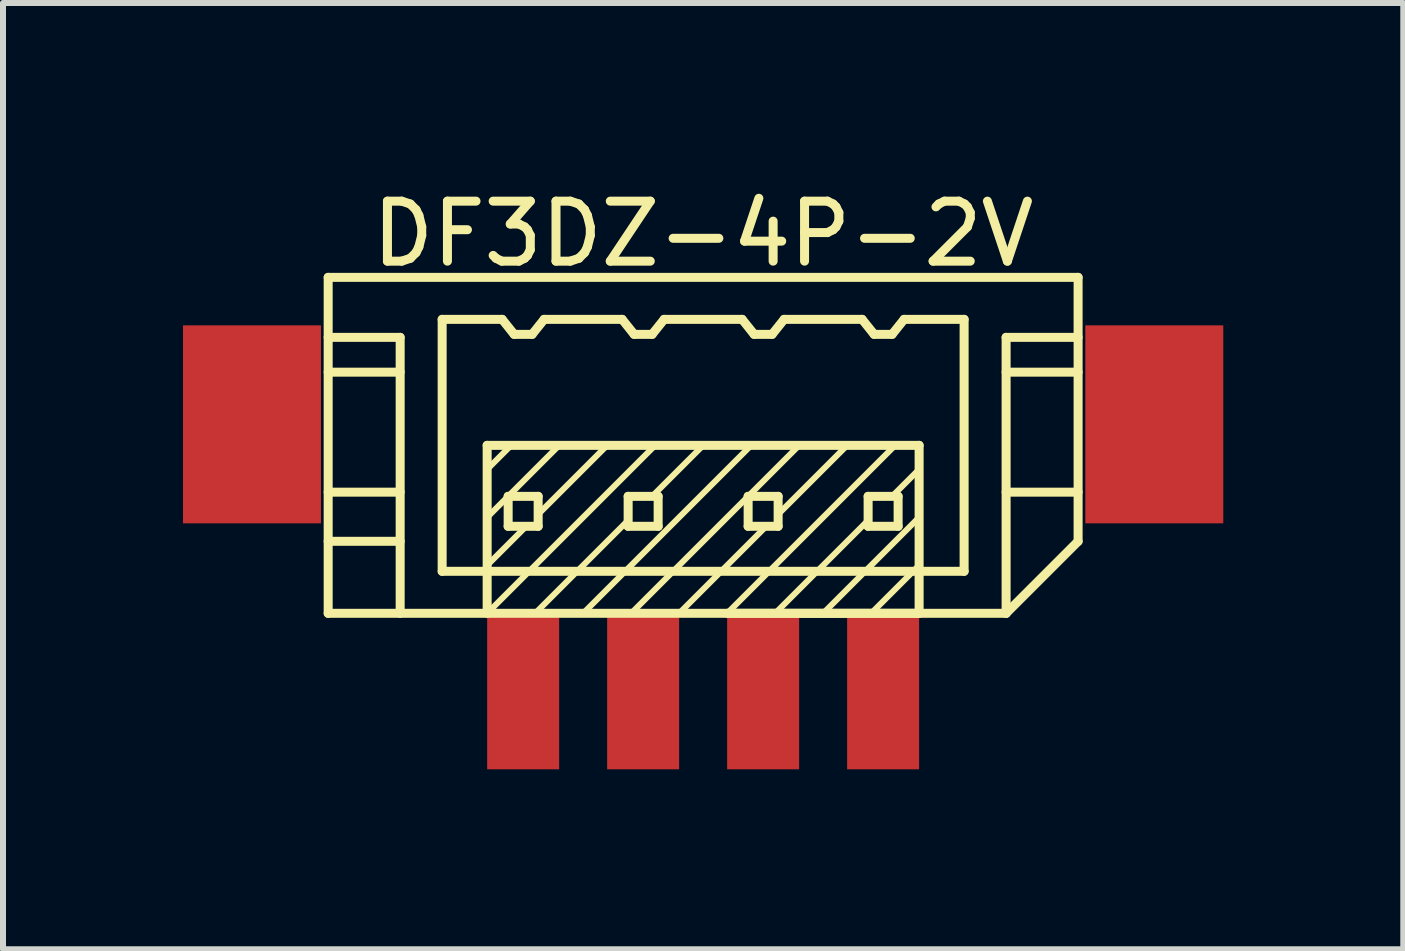
<source format=kicad_pcb>
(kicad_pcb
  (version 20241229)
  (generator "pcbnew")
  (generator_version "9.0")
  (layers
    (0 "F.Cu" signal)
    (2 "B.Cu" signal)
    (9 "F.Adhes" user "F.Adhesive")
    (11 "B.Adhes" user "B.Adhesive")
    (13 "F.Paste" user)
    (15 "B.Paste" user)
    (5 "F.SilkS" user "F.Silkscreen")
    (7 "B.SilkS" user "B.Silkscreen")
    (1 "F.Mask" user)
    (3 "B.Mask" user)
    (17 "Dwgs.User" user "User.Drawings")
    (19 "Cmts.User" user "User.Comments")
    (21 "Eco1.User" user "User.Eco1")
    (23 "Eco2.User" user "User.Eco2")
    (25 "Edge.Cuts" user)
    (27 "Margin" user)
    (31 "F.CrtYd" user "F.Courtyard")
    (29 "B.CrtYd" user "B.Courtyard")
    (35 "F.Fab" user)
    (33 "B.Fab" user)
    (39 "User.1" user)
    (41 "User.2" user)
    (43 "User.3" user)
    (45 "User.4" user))
  (footprint "DF3DZ-4P-2V"
    (layer "F.Cu")
    (at 8.67 4.023)
    (property "Reference" "DF3DZ-4P-2V" (at 0 -3.175 0) (layer "F.SilkS") (effects (font (size 1 1) (thickness 0.15))))
    (attr through_hole)
    (fp_line (start -6.25 -2.45) (end -6.25 3.15) (stroke (width 0.15) (type solid)) (layer "F.SilkS"))
    (fp_line (start -6.25 -2.45) (end 6.25 -2.45) (stroke (width 0.15) (type solid)) (layer "F.SilkS"))
    (fp_line (start -6.25 -0.87) (end -5.05 -0.87) (stroke (width 0.15) (type solid)) (layer "F.SilkS"))
    (fp_line (start -6.25 1.13) (end -5.05 1.13) (stroke (width 0.15) (type solid)) (layer "F.SilkS"))
    (fp_line (start -6.25 1.95) (end -5.05 1.95) (stroke (width 0.15) (type solid)) (layer "F.SilkS"))
    (fp_line (start -6.25 3.15) (end 5.05 3.15) (stroke (width 0.15) (type solid)) (layer "F.SilkS"))
    (fp_line (start -5.05 -1.45) (end -6.25 -1.45) (stroke (width 0.15) (type solid)) (layer "F.SilkS"))
    (fp_line (start -5.05 3.15) (end -5.05 -1.45) (stroke (width 0.15) (type solid)) (layer "F.SilkS"))
    (fp_line (start -4.35 -1.75) (end -4.35 2.45) (stroke (width 0.15) (type solid)) (layer "F.SilkS"))
    (fp_line (start -4.35 2.45) (end 4.35 2.45) (stroke (width 0.15) (type solid)) (layer "F.SilkS"))
    (fp_line (start -3.6 0.35) (end -3.6 3.15) (stroke (width 0.15) (type solid)) (layer "F.SilkS"))
    (fp_line (start -3.35 -1.75) (end -4.35 -1.75) (stroke (width 0.15) (type solid)) (layer "F.SilkS"))
    (fp_line (start -3.35 -1.75) (end -3.15 -1.5) (stroke (width 0.15) (type solid)) (layer "F.SilkS"))
    (fp_line (start -3.25 1.2) (end -3.25 1.7) (stroke (width 0.15) (type solid)) (layer "F.SilkS"))
    (fp_line (start -3.25 1.7) (end -2.75 1.7) (stroke (width 0.15) (type solid)) (layer "F.SilkS"))
    (fp_line (start -3.2 0.35) (end -3.6 0.75) (stroke (width 0.1) (type solid)) (layer "F.SilkS"))
    (fp_line (start -3.15 -1.5) (end -2.85 -1.5) (stroke (width 0.15) (type solid)) (layer "F.SilkS"))
    (fp_line (start -2.95 1.7) (end -3.6 2.35) (stroke (width 0.1) (type solid)) (layer "F.SilkS"))
    (fp_line (start -2.85 -1.5) (end -2.65 -1.75) (stroke (width 0.15) (type solid)) (layer "F.SilkS"))
    (fp_line (start -2.75 1.2) (end -3.25 1.2) (stroke (width 0.15) (type solid)) (layer "F.SilkS"))
    (fp_line (start -2.75 1.7) (end -2.75 1.2) (stroke (width 0.15) (type solid)) (layer "F.SilkS"))
    (fp_line (start -2.4 0.35) (end -3.6 1.55) (stroke (width 0.1) (type solid)) (layer "F.SilkS"))
    (fp_line (start -1.6 0.35) (end -2.75 1.5) (stroke (width 0.1) (type solid)) (layer "F.SilkS"))
    (fp_line (start -1.35 -1.75) (end -2.65 -1.75) (stroke (width 0.15) (type solid)) (layer "F.SilkS"))
    (fp_line (start -1.35 -1.75) (end -1.15 -1.5) (stroke (width 0.15) (type solid)) (layer "F.SilkS"))
    (fp_line (start -1.25 1.2) (end -1.25 1.7) (stroke (width 0.15) (type solid)) (layer "F.SilkS"))
    (fp_line (start -1.25 1.6) (end -2.8 3.15) (stroke (width 0.1) (type solid)) (layer "F.SilkS"))
    (fp_line (start -1.25 1.7) (end -0.75 1.7) (stroke (width 0.15) (type solid)) (layer "F.SilkS"))
    (fp_line (start -1.15 -1.5) (end -0.85 -1.5) (stroke (width 0.15) (type solid)) (layer "F.SilkS"))
    (fp_line (start -0.85 -1.5) (end -0.65 -1.75) (stroke (width 0.15) (type solid)) (layer "F.SilkS"))
    (fp_line (start -0.8 0.35) (end -3.6 3.15) (stroke (width 0.1) (type solid)) (layer "F.SilkS"))
    (fp_line (start -0.75 1.2) (end -1.25 1.2) (stroke (width 0.15) (type solid)) (layer "F.SilkS"))
    (fp_line (start -0.75 1.7) (end -0.75 1.2) (stroke (width 0.15) (type solid)) (layer "F.SilkS"))
    (fp_line (start -0.4 3.15) (end 1.05 1.7) (stroke (width 0.1) (type solid)) (layer "F.SilkS"))
    (fp_line (start 0 0.35) (end -0.85 1.2) (stroke (width 0.1) (type solid)) (layer "F.SilkS"))
    (fp_line (start 0.4 3.15) (end 3.6 3.15) (stroke (width 0.15) (type solid)) (layer "F.SilkS"))
    (fp_line (start 0.65 -1.75) (end -0.65 -1.75) (stroke (width 0.15) (type solid)) (layer "F.SilkS"))
    (fp_line (start 0.65 -1.75) (end 0.85 -1.5) (stroke (width 0.15) (type solid)) (layer "F.SilkS"))
    (fp_line (start 0.75 1.2) (end 0.75 1.7) (stroke (width 0.15) (type solid)) (layer "F.SilkS"))
    (fp_line (start 0.75 1.7) (end 1.25 1.7) (stroke (width 0.15) (type solid)) (layer "F.SilkS"))
    (fp_line (start 0.8 0.35) (end -2 3.15) (stroke (width 0.1) (type solid)) (layer "F.SilkS"))
    (fp_line (start 0.85 -1.5) (end 1.15 -1.5) (stroke (width 0.15) (type solid)) (layer "F.SilkS"))
    (fp_line (start 1.15 -1.5) (end 1.35 -1.75) (stroke (width 0.15) (type solid)) (layer "F.SilkS"))
    (fp_line (start 1.2 3.15) (end 2.75 1.6) (stroke (width 0.1) (type solid)) (layer "F.SilkS"))
    (fp_line (start 1.25 1.2) (end 0.75 1.2) (stroke (width 0.15) (type solid)) (layer "F.SilkS"))
    (fp_line (start 1.25 1.7) (end 1.25 1.2) (stroke (width 0.15) (type solid)) (layer "F.SilkS"))
    (fp_line (start 1.6 0.35) (end -1.2 3.15) (stroke (width 0.1) (type solid)) (layer "F.SilkS"))
    (fp_line (start 2.4 0.35) (end 1.25 1.5) (stroke (width 0.1) (type solid)) (layer "F.SilkS"))
    (fp_line (start 2.65 -1.75) (end 1.35 -1.75) (stroke (width 0.15) (type solid)) (layer "F.SilkS"))
    (fp_line (start 2.65 -1.75) (end 2.85 -1.5) (stroke (width 0.15) (type solid)) (layer "F.SilkS"))
    (fp_line (start 2.75 1.2) (end 2.75 1.7) (stroke (width 0.15) (type solid)) (layer "F.SilkS"))
    (fp_line (start 2.75 1.7) (end 3.25 1.7) (stroke (width 0.15) (type solid)) (layer "F.SilkS"))
    (fp_line (start 2.85 -1.5) (end 3.15 -1.5) (stroke (width 0.15) (type solid)) (layer "F.SilkS"))
    (fp_line (start 3.15 -1.5) (end 3.35 -1.75) (stroke (width 0.15) (type solid)) (layer "F.SilkS"))
    (fp_line (start 3.2 0.35) (end 0.4 3.15) (stroke (width 0.1) (type solid)) (layer "F.SilkS"))
    (fp_line (start 3.25 1.2) (end 2.75 1.2) (stroke (width 0.15) (type solid)) (layer "F.SilkS"))
    (fp_line (start 3.25 1.7) (end 3.25 1.2) (stroke (width 0.15) (type solid)) (layer "F.SilkS"))
    (fp_line (start 3.6 0.35) (end -3.6 0.35) (stroke (width 0.15) (type solid)) (layer "F.SilkS"))
    (fp_line (start 3.6 0.75) (end 3.15 1.2) (stroke (width 0.1) (type solid)) (layer "F.SilkS"))
    (fp_line (start 3.6 1.55) (end 2 3.15) (stroke (width 0.1) (type solid)) (layer "F.SilkS"))
    (fp_line (start 3.6 2.35) (end 2.8 3.15) (stroke (width 0.1) (type solid)) (layer "F.SilkS"))
    (fp_line (start 3.6 3.15) (end 3.6 0.35) (stroke (width 0.15) (type solid)) (layer "F.SilkS"))
    (fp_line (start 4.35 -1.75) (end 3.35 -1.75) (stroke (width 0.15) (type solid)) (layer "F.SilkS"))
    (fp_line (start 4.35 2.45) (end 4.35 -1.75) (stroke (width 0.15) (type solid)) (layer "F.SilkS"))
    (fp_line (start 5.05 -1.45) (end 6.25 -1.45) (stroke (width 0.15) (type solid)) (layer "F.SilkS"))
    (fp_line (start 5.05 -0.87) (end 6.25 -0.87) (stroke (width 0.15) (type solid)) (layer "F.SilkS"))
    (fp_line (start 5.05 1.13) (end 6.25 1.13) (stroke (width 0.15) (type solid)) (layer "F.SilkS"))
    (fp_line (start 5.05 3.15) (end 5.05 -1.45) (stroke (width 0.15) (type solid)) (layer "F.SilkS"))
    (fp_line (start 5.05 3.15) (end 6.25 1.95) (stroke (width 0.15) (type solid)) (layer "F.SilkS"))
    (fp_line (start 6.25 -2.45) (end 6.25 1.95) (stroke (width 0.15) (type solid)) (layer "F.SilkS"))
    (pad "" smd rect (at -7.52 0) (size 2.3 3.3) (layers "F.Cu" "F.Mask" "F.Paste"))
    (pad "" smd rect (at 7.52 0) (size 2.3 3.3) (layers "F.Cu" "F.Mask" "F.Paste"))
    (pad "1" smd rect (at 3 4.45) (size 1.2 2.6) (layers "F.Cu" "F.Mask" "F.Paste"))
    (pad "2" smd rect (at 1 4.45) (size 1.2 2.6) (layers "F.Cu" "F.Mask" "F.Paste"))
    (pad "3" smd rect (at -1 4.45) (size 1.2 2.6) (layers "F.Cu" "F.Mask" "F.Paste"))
    (pad "4" smd rect (at -3 4.45) (size 1.2 2.6) (layers "F.Cu" "F.Mask" "F.Paste")))
  (gr_rect
    (start -3 -3)
    (end 20.34 12.773)
    (stroke (width 0.1) (type default))
    (fill no)
    (layer "Edge.Cuts")))
</source>
